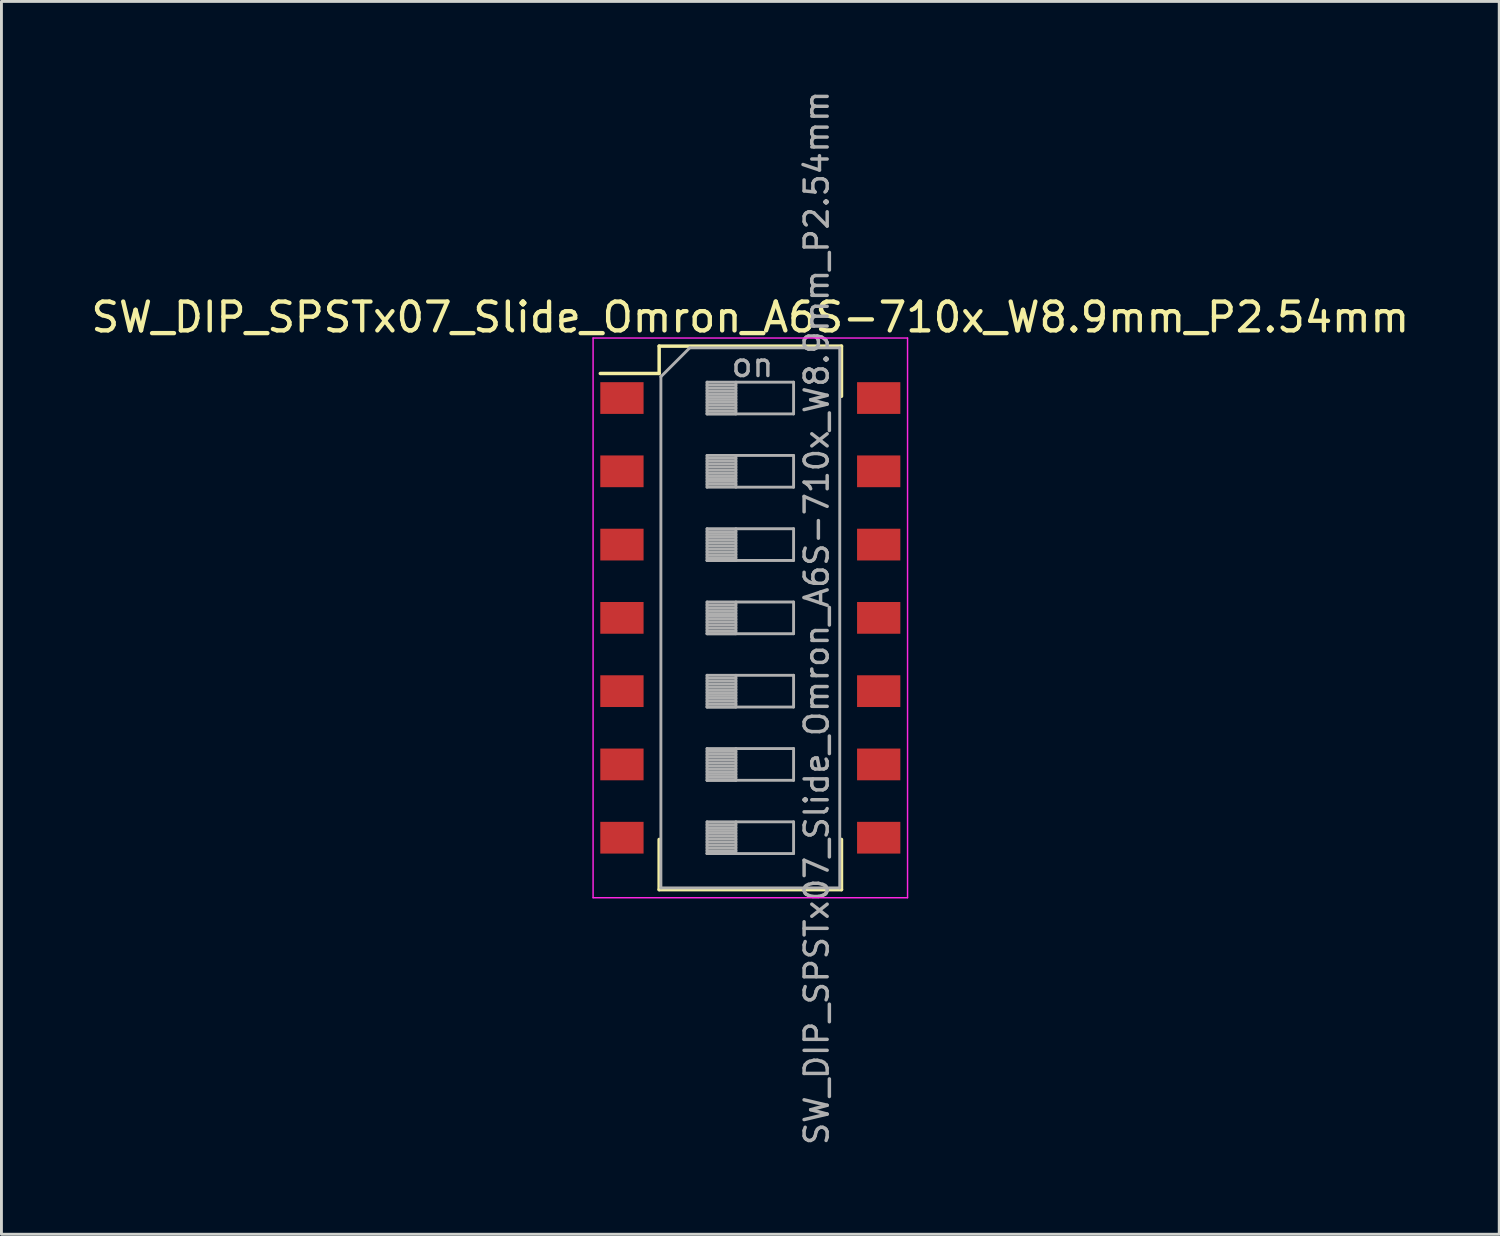
<source format=kicad_pcb>
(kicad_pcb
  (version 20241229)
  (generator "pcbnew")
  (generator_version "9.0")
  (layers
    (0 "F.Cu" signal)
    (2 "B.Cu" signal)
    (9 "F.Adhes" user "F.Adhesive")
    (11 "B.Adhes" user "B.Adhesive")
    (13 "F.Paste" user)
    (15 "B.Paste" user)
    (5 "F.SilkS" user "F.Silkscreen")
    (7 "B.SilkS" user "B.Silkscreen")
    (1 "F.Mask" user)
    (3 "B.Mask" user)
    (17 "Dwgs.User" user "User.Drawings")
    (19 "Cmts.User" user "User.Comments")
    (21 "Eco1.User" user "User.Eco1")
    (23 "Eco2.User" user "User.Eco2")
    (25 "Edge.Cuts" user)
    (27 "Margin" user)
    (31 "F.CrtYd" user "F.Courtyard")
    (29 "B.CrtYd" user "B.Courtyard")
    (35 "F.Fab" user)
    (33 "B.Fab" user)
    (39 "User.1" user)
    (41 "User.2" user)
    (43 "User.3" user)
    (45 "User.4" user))
  (footprint "SW_DIP_SPSTx07_Slide_Omron_A6S-710x_W8.9mm_P2.54mm"
    (layer "F.Cu")
    (at 22.958 18.367)
    (property "Reference" "SW_DIP_SPSTx07_Slide_Omron_A6S-710x_W8.9mm_P2.54mm" (at 0 -10.42 0) (layer "F.SilkS") (effects (font (size 1 1) (thickness 0.15))))
    (attr smd)
    (fp_line (start -5.2 -8.471) (end -3.16 -8.471) (stroke (width 0.12) (type solid)) (layer "F.SilkS"))
    (fp_line (start -3.16 -9.42) (end -3.16 -8.471) (stroke (width 0.12) (type solid)) (layer "F.SilkS"))
    (fp_line (start -3.16 -9.42) (end 3.16 -9.42) (stroke (width 0.12) (type solid)) (layer "F.SilkS"))
    (fp_line (start -3.16 7.68) (end -3.16 9.42) (stroke (width 0.12) (type solid)) (layer "F.SilkS"))
    (fp_line (start -3.16 9.42) (end 3.16 9.42) (stroke (width 0.12) (type solid)) (layer "F.SilkS"))
    (fp_line (start 3.16 -9.42) (end 3.16 -7.681) (stroke (width 0.12) (type solid)) (layer "F.SilkS"))
    (fp_line (start 3.16 7.68) (end 3.16 9.42) (stroke (width 0.12) (type solid)) (layer "F.SilkS"))
    (fp_line (start -5.45 -9.7) (end -5.45 9.7) (stroke (width 0.05) (type solid)) (layer "F.CrtYd"))
    (fp_line (start -5.45 9.7) (end 5.45 9.7) (stroke (width 0.05) (type solid)) (layer "F.CrtYd"))
    (fp_line (start 5.45 -9.7) (end -5.45 -9.7) (stroke (width 0.05) (type solid)) (layer "F.CrtYd"))
    (fp_line (start 5.45 9.7) (end 5.45 -9.7) (stroke (width 0.05) (type solid)) (layer "F.CrtYd"))
    (fp_line (start -3.1 -8.36) (end -2.1 -9.36) (stroke (width 0.1) (type solid)) (layer "F.Fab"))
    (fp_line (start -3.1 9.36) (end -3.1 -8.36) (stroke (width 0.1) (type solid)) (layer "F.Fab"))
    (fp_line (start -2.1 -9.36) (end 3.1 -9.36) (stroke (width 0.1) (type solid)) (layer "F.Fab"))
    (fp_line (start -1.5 -8.17) (end -1.5 -7.07) (stroke (width 0.1) (type solid)) (layer "F.Fab"))
    (fp_line (start -1.5 -8.07) (end -0.5 -8.07) (stroke (width 0.1) (type solid)) (layer "F.Fab"))
    (fp_line (start -1.5 -7.97) (end -0.5 -7.97) (stroke (width 0.1) (type solid)) (layer "F.Fab"))
    (fp_line (start -1.5 -7.87) (end -0.5 -7.87) (stroke (width 0.1) (type solid)) (layer "F.Fab"))
    (fp_line (start -1.5 -7.77) (end -0.5 -7.77) (stroke (width 0.1) (type solid)) (layer "F.Fab"))
    (fp_line (start -1.5 -7.67) (end -0.5 -7.67) (stroke (width 0.1) (type solid)) (layer "F.Fab"))
    (fp_line (start -1.5 -7.57) (end -0.5 -7.57) (stroke (width 0.1) (type solid)) (layer "F.Fab"))
    (fp_line (start -1.5 -7.47) (end -0.5 -7.47) (stroke (width 0.1) (type solid)) (layer "F.Fab"))
    (fp_line (start -1.5 -7.37) (end -0.5 -7.37) (stroke (width 0.1) (type solid)) (layer "F.Fab"))
    (fp_line (start -1.5 -7.27) (end -0.5 -7.27) (stroke (width 0.1) (type solid)) (layer "F.Fab"))
    (fp_line (start -1.5 -7.17) (end -0.5 -7.17) (stroke (width 0.1) (type solid)) (layer "F.Fab"))
    (fp_line (start -1.5 -7.07) (end -0.5 -7.07) (stroke (width 0.1) (type solid)) (layer "F.Fab"))
    (fp_line (start -1.5 -7.07) (end 1.5 -7.07) (stroke (width 0.1) (type solid)) (layer "F.Fab"))
    (fp_line (start -1.5 -5.63) (end -1.5 -4.53) (stroke (width 0.1) (type solid)) (layer "F.Fab"))
    (fp_line (start -1.5 -5.53) (end -0.5 -5.53) (stroke (width 0.1) (type solid)) (layer "F.Fab"))
    (fp_line (start -1.5 -5.43) (end -0.5 -5.43) (stroke (width 0.1) (type solid)) (layer "F.Fab"))
    (fp_line (start -1.5 -5.33) (end -0.5 -5.33) (stroke (width 0.1) (type solid)) (layer "F.Fab"))
    (fp_line (start -1.5 -5.23) (end -0.5 -5.23) (stroke (width 0.1) (type solid)) (layer "F.Fab"))
    (fp_line (start -1.5 -5.13) (end -0.5 -5.13) (stroke (width 0.1) (type solid)) (layer "F.Fab"))
    (fp_line (start -1.5 -5.03) (end -0.5 -5.03) (stroke (width 0.1) (type solid)) (layer "F.Fab"))
    (fp_line (start -1.5 -4.93) (end -0.5 -4.93) (stroke (width 0.1) (type solid)) (layer "F.Fab"))
    (fp_line (start -1.5 -4.83) (end -0.5 -4.83) (stroke (width 0.1) (type solid)) (layer "F.Fab"))
    (fp_line (start -1.5 -4.73) (end -0.5 -4.73) (stroke (width 0.1) (type solid)) (layer "F.Fab"))
    (fp_line (start -1.5 -4.63) (end -0.5 -4.63) (stroke (width 0.1) (type solid)) (layer "F.Fab"))
    (fp_line (start -1.5 -4.53) (end 1.5 -4.53) (stroke (width 0.1) (type solid)) (layer "F.Fab"))
    (fp_line (start -1.5 -3.09) (end -1.5 -1.99) (stroke (width 0.1) (type solid)) (layer "F.Fab"))
    (fp_line (start -1.5 -2.99) (end -0.5 -2.99) (stroke (width 0.1) (type solid)) (layer "F.Fab"))
    (fp_line (start -1.5 -2.89) (end -0.5 -2.89) (stroke (width 0.1) (type solid)) (layer "F.Fab"))
    (fp_line (start -1.5 -2.79) (end -0.5 -2.79) (stroke (width 0.1) (type solid)) (layer "F.Fab"))
    (fp_line (start -1.5 -2.69) (end -0.5 -2.69) (stroke (width 0.1) (type solid)) (layer "F.Fab"))
    (fp_line (start -1.5 -2.59) (end -0.5 -2.59) (stroke (width 0.1) (type solid)) (layer "F.Fab"))
    (fp_line (start -1.5 -2.49) (end -0.5 -2.49) (stroke (width 0.1) (type solid)) (layer "F.Fab"))
    (fp_line (start -1.5 -2.39) (end -0.5 -2.39) (stroke (width 0.1) (type solid)) (layer "F.Fab"))
    (fp_line (start -1.5 -2.29) (end -0.5 -2.29) (stroke (width 0.1) (type solid)) (layer "F.Fab"))
    (fp_line (start -1.5 -2.19) (end -0.5 -2.19) (stroke (width 0.1) (type solid)) (layer "F.Fab"))
    (fp_line (start -1.5 -2.09) (end -0.5 -2.09) (stroke (width 0.1) (type solid)) (layer "F.Fab"))
    (fp_line (start -1.5 -1.99) (end -0.5 -1.99) (stroke (width 0.1) (type solid)) (layer "F.Fab"))
    (fp_line (start -1.5 -1.99) (end 1.5 -1.99) (stroke (width 0.1) (type solid)) (layer "F.Fab"))
    (fp_line (start -1.5 -0.55) (end -1.5 0.55) (stroke (width 0.1) (type solid)) (layer "F.Fab"))
    (fp_line (start -1.5 -0.45) (end -0.5 -0.45) (stroke (width 0.1) (type solid)) (layer "F.Fab"))
    (fp_line (start -1.5 -0.35) (end -0.5 -0.35) (stroke (width 0.1) (type solid)) (layer "F.Fab"))
    (fp_line (start -1.5 -0.25) (end -0.5 -0.25) (stroke (width 0.1) (type solid)) (layer "F.Fab"))
    (fp_line (start -1.5 -0.15) (end -0.5 -0.15) (stroke (width 0.1) (type solid)) (layer "F.Fab"))
    (fp_line (start -1.5 -0.05) (end -0.5 -0.05) (stroke (width 0.1) (type solid)) (layer "F.Fab"))
    (fp_line (start -1.5 0.05) (end -0.5 0.05) (stroke (width 0.1) (type solid)) (layer "F.Fab"))
    (fp_line (start -1.5 0.15) (end -0.5 0.15) (stroke (width 0.1) (type solid)) (layer "F.Fab"))
    (fp_line (start -1.5 0.25) (end -0.5 0.25) (stroke (width 0.1) (type solid)) (layer "F.Fab"))
    (fp_line (start -1.5 0.35) (end -0.5 0.35) (stroke (width 0.1) (type solid)) (layer "F.Fab"))
    (fp_line (start -1.5 0.45) (end -0.5 0.45) (stroke (width 0.1) (type solid)) (layer "F.Fab"))
    (fp_line (start -1.5 0.55) (end -0.5 0.55) (stroke (width 0.1) (type solid)) (layer "F.Fab"))
    (fp_line (start -1.5 0.55) (end 1.5 0.55) (stroke (width 0.1) (type solid)) (layer "F.Fab"))
    (fp_line (start -1.5 1.99) (end -1.5 3.09) (stroke (width 0.1) (type solid)) (layer "F.Fab"))
    (fp_line (start -1.5 2.09) (end -0.5 2.09) (stroke (width 0.1) (type solid)) (layer "F.Fab"))
    (fp_line (start -1.5 2.19) (end -0.5 2.19) (stroke (width 0.1) (type solid)) (layer "F.Fab"))
    (fp_line (start -1.5 2.29) (end -0.5 2.29) (stroke (width 0.1) (type solid)) (layer "F.Fab"))
    (fp_line (start -1.5 2.39) (end -0.5 2.39) (stroke (width 0.1) (type solid)) (layer "F.Fab"))
    (fp_line (start -1.5 2.49) (end -0.5 2.49) (stroke (width 0.1) (type solid)) (layer "F.Fab"))
    (fp_line (start -1.5 2.59) (end -0.5 2.59) (stroke (width 0.1) (type solid)) (layer "F.Fab"))
    (fp_line (start -1.5 2.69) (end -0.5 2.69) (stroke (width 0.1) (type solid)) (layer "F.Fab"))
    (fp_line (start -1.5 2.79) (end -0.5 2.79) (stroke (width 0.1) (type solid)) (layer "F.Fab"))
    (fp_line (start -1.5 2.89) (end -0.5 2.89) (stroke (width 0.1) (type solid)) (layer "F.Fab"))
    (fp_line (start -1.5 2.99) (end -0.5 2.99) (stroke (width 0.1) (type solid)) (layer "F.Fab"))
    (fp_line (start -1.5 3.09) (end -0.5 3.09) (stroke (width 0.1) (type solid)) (layer "F.Fab"))
    (fp_line (start -1.5 3.09) (end 1.5 3.09) (stroke (width 0.1) (type solid)) (layer "F.Fab"))
    (fp_line (start -1.5 4.53) (end -1.5 5.63) (stroke (width 0.1) (type solid)) (layer "F.Fab"))
    (fp_line (start -1.5 4.63) (end -0.5 4.63) (stroke (width 0.1) (type solid)) (layer "F.Fab"))
    (fp_line (start -1.5 4.73) (end -0.5 4.73) (stroke (width 0.1) (type solid)) (layer "F.Fab"))
    (fp_line (start -1.5 4.83) (end -0.5 4.83) (stroke (width 0.1) (type solid)) (layer "F.Fab"))
    (fp_line (start -1.5 4.93) (end -0.5 4.93) (stroke (width 0.1) (type solid)) (layer "F.Fab"))
    (fp_line (start -1.5 5.03) (end -0.5 5.03) (stroke (width 0.1) (type solid)) (layer "F.Fab"))
    (fp_line (start -1.5 5.13) (end -0.5 5.13) (stroke (width 0.1) (type solid)) (layer "F.Fab"))
    (fp_line (start -1.5 5.23) (end -0.5 5.23) (stroke (width 0.1) (type solid)) (layer "F.Fab"))
    (fp_line (start -1.5 5.33) (end -0.5 5.33) (stroke (width 0.1) (type solid)) (layer "F.Fab"))
    (fp_line (start -1.5 5.43) (end -0.5 5.43) (stroke (width 0.1) (type solid)) (layer "F.Fab"))
    (fp_line (start -1.5 5.53) (end -0.5 5.53) (stroke (width 0.1) (type solid)) (layer "F.Fab"))
    (fp_line (start -1.5 5.63) (end -0.5 5.63) (stroke (width 0.1) (type solid)) (layer "F.Fab"))
    (fp_line (start -1.5 5.63) (end 1.5 5.63) (stroke (width 0.1) (type solid)) (layer "F.Fab"))
    (fp_line (start -1.5 7.07) (end -1.5 8.17) (stroke (width 0.1) (type solid)) (layer "F.Fab"))
    (fp_line (start -1.5 7.17) (end -0.5 7.17) (stroke (width 0.1) (type solid)) (layer "F.Fab"))
    (fp_line (start -1.5 7.27) (end -0.5 7.27) (stroke (width 0.1) (type solid)) (layer "F.Fab"))
    (fp_line (start -1.5 7.37) (end -0.5 7.37) (stroke (width 0.1) (type solid)) (layer "F.Fab"))
    (fp_line (start -1.5 7.47) (end -0.5 7.47) (stroke (width 0.1) (type solid)) (layer "F.Fab"))
    (fp_line (start -1.5 7.57) (end -0.5 7.57) (stroke (width 0.1) (type solid)) (layer "F.Fab"))
    (fp_line (start -1.5 7.67) (end -0.5 7.67) (stroke (width 0.1) (type solid)) (layer "F.Fab"))
    (fp_line (start -1.5 7.77) (end -0.5 7.77) (stroke (width 0.1) (type solid)) (layer "F.Fab"))
    (fp_line (start -1.5 7.87) (end -0.5 7.87) (stroke (width 0.1) (type solid)) (layer "F.Fab"))
    (fp_line (start -1.5 7.97) (end -0.5 7.97) (stroke (width 0.1) (type solid)) (layer "F.Fab"))
    (fp_line (start -1.5 8.07) (end -0.5 8.07) (stroke (width 0.1) (type solid)) (layer "F.Fab"))
    (fp_line (start -1.5 8.17) (end -0.5 8.17) (stroke (width 0.1) (type solid)) (layer "F.Fab"))
    (fp_line (start -1.5 8.17) (end 1.5 8.17) (stroke (width 0.1) (type solid)) (layer "F.Fab"))
    (fp_line (start -0.5 -8.17) (end -0.5 -7.07) (stroke (width 0.1) (type solid)) (layer "F.Fab"))
    (fp_line (start -0.5 -5.63) (end -0.5 -4.53) (stroke (width 0.1) (type solid)) (layer "F.Fab"))
    (fp_line (start -0.5 -3.09) (end -0.5 -1.99) (stroke (width 0.1) (type solid)) (layer "F.Fab"))
    (fp_line (start -0.5 -0.55) (end -0.5 0.55) (stroke (width 0.1) (type solid)) (layer "F.Fab"))
    (fp_line (start -0.5 1.99) (end -0.5 3.09) (stroke (width 0.1) (type solid)) (layer "F.Fab"))
    (fp_line (start -0.5 4.53) (end -0.5 5.63) (stroke (width 0.1) (type solid)) (layer "F.Fab"))
    (fp_line (start -0.5 7.07) (end -0.5 8.17) (stroke (width 0.1) (type solid)) (layer "F.Fab"))
    (fp_line (start 1.5 -8.17) (end -1.5 -8.17) (stroke (width 0.1) (type solid)) (layer "F.Fab"))
    (fp_line (start 1.5 -7.07) (end 1.5 -8.17) (stroke (width 0.1) (type solid)) (layer "F.Fab"))
    (fp_line (start 1.5 -5.63) (end -1.5 -5.63) (stroke (width 0.1) (type solid)) (layer "F.Fab"))
    (fp_line (start 1.5 -4.53) (end 1.5 -5.63) (stroke (width 0.1) (type solid)) (layer "F.Fab"))
    (fp_line (start 1.5 -3.09) (end -1.5 -3.09) (stroke (width 0.1) (type solid)) (layer "F.Fab"))
    (fp_line (start 1.5 -1.99) (end 1.5 -3.09) (stroke (width 0.1) (type solid)) (layer "F.Fab"))
    (fp_line (start 1.5 -0.55) (end -1.5 -0.55) (stroke (width 0.1) (type solid)) (layer "F.Fab"))
    (fp_line (start 1.5 0.55) (end 1.5 -0.55) (stroke (width 0.1) (type solid)) (layer "F.Fab"))
    (fp_line (start 1.5 1.99) (end -1.5 1.99) (stroke (width 0.1) (type solid)) (layer "F.Fab"))
    (fp_line (start 1.5 3.09) (end 1.5 1.99) (stroke (width 0.1) (type solid)) (layer "F.Fab"))
    (fp_line (start 1.5 4.53) (end -1.5 4.53) (stroke (width 0.1) (type solid)) (layer "F.Fab"))
    (fp_line (start 1.5 5.63) (end 1.5 4.53) (stroke (width 0.1) (type solid)) (layer "F.Fab"))
    (fp_line (start 1.5 7.07) (end -1.5 7.07) (stroke (width 0.1) (type solid)) (layer "F.Fab"))
    (fp_line (start 1.5 8.17) (end 1.5 7.07) (stroke (width 0.1) (type solid)) (layer "F.Fab"))
    (fp_line (start 3.1 -9.36) (end 3.1 9.36) (stroke (width 0.1) (type solid)) (layer "F.Fab"))
    (fp_line (start 3.1 9.36) (end -3.1 9.36) (stroke (width 0.1) (type solid)) (layer "F.Fab"))
    (fp_text user "on" (at 0.075 -8.765 0) (layer "F.Fab") (effects (font (size 0.8 0.8) (thickness 0.12))))
    (fp_text user "${REFERENCE}" (at 2.3 0 90) (layer "F.Fab") (effects (font (size 0.8 0.8) (thickness 0.12))))
    (pad "1" smd rect (at -4.45 -7.62) (size 1.5 1.1) (layers "F.Cu" "F.Mask" "F.Paste"))
    (pad "2" smd rect (at -4.45 -5.08) (size 1.5 1.1) (layers "F.Cu" "F.Mask" "F.Paste"))
    (pad "3" smd rect (at -4.45 -2.54) (size 1.5 1.1) (layers "F.Cu" "F.Mask" "F.Paste"))
    (pad "4" smd rect (at -4.45 0) (size 1.5 1.1) (layers "F.Cu" "F.Mask" "F.Paste"))
    (pad "5" smd rect (at -4.45 2.54) (size 1.5 1.1) (layers "F.Cu" "F.Mask" "F.Paste"))
    (pad "6" smd rect (at -4.45 5.08) (size 1.5 1.1) (layers "F.Cu" "F.Mask" "F.Paste"))
    (pad "7" smd rect (at -4.45 7.62) (size 1.5 1.1) (layers "F.Cu" "F.Mask" "F.Paste"))
    (pad "8" smd rect (at 4.45 7.62) (size 1.5 1.1) (layers "F.Cu" "F.Mask" "F.Paste"))
    (pad "9" smd rect (at 4.45 5.08) (size 1.5 1.1) (layers "F.Cu" "F.Mask" "F.Paste"))
    (pad "10" smd rect (at 4.45 2.54) (size 1.5 1.1) (layers "F.Cu" "F.Mask" "F.Paste"))
    (pad "11" smd rect (at 4.45 0) (size 1.5 1.1) (layers "F.Cu" "F.Mask" "F.Paste"))
    (pad "12" smd rect (at 4.45 -2.54) (size 1.5 1.1) (layers "F.Cu" "F.Mask" "F.Paste"))
    (pad "13" smd rect (at 4.45 -5.08) (size 1.5 1.1) (layers "F.Cu" "F.Mask" "F.Paste"))
    (pad "14" smd rect (at 4.45 -7.62) (size 1.5 1.1) (layers "F.Cu" "F.Mask" "F.Paste")))
  (gr_rect
    (start -3 -3)
    (end 48.917 39.733)
    (stroke (width 0.1) (type default))
    (fill no)
    (layer "Edge.Cuts")))
</source>
